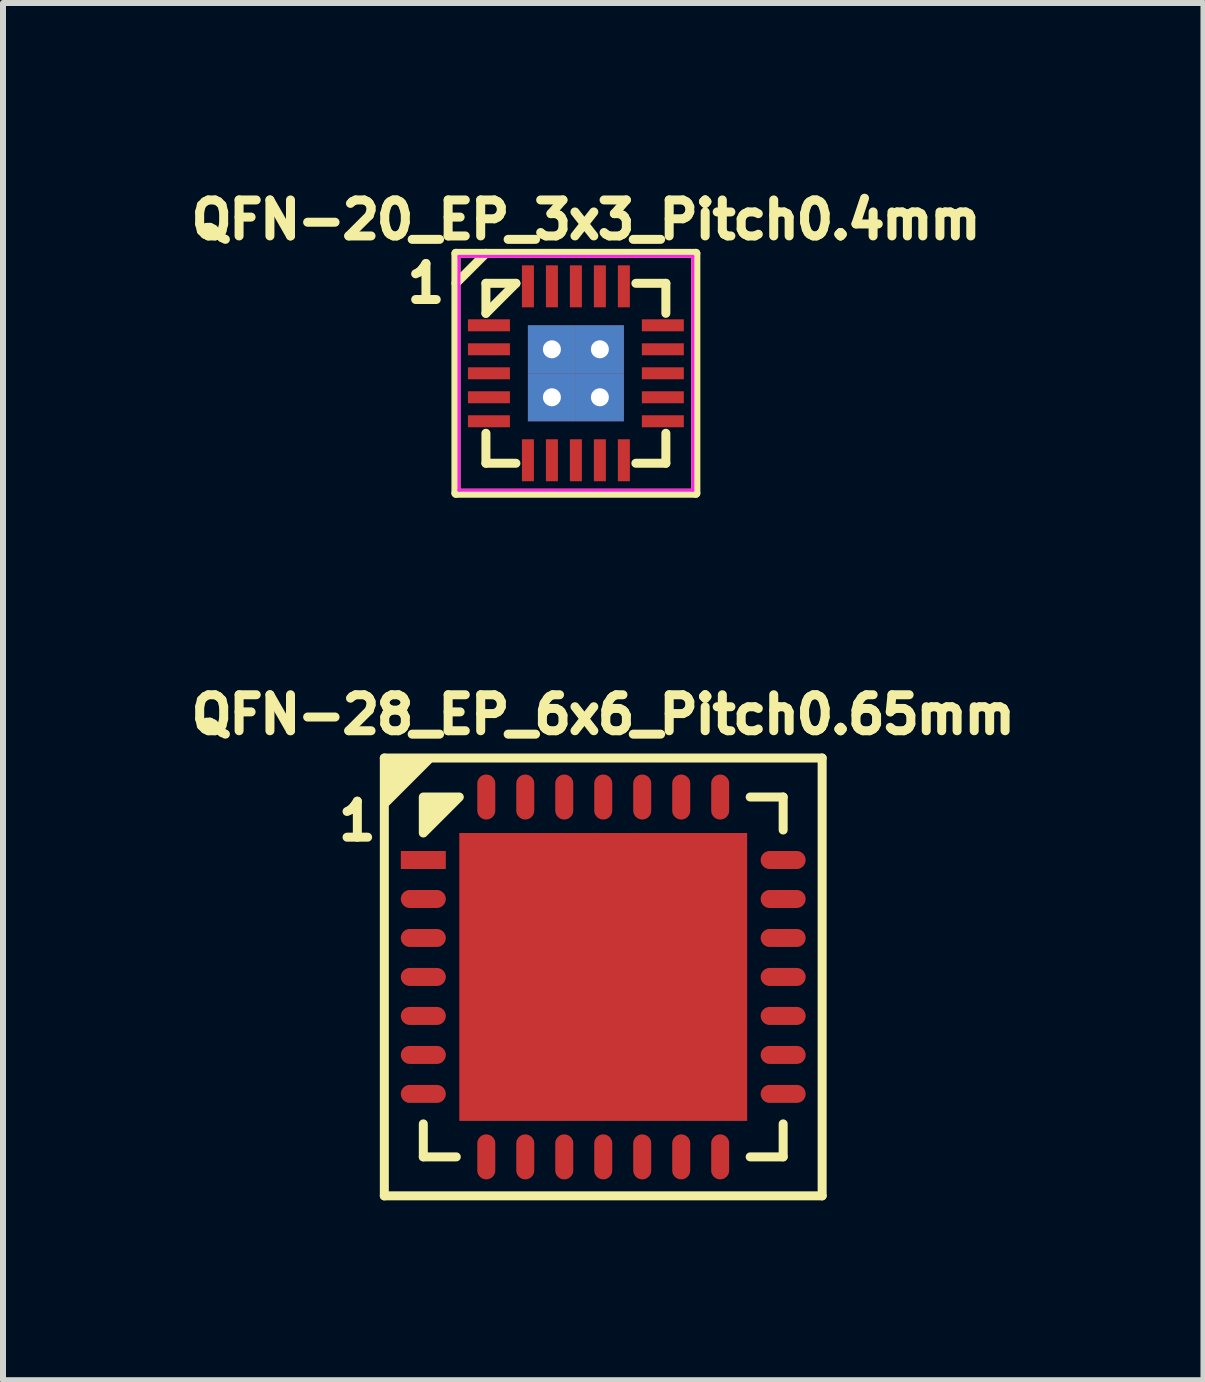
<source format=kicad_pcb>
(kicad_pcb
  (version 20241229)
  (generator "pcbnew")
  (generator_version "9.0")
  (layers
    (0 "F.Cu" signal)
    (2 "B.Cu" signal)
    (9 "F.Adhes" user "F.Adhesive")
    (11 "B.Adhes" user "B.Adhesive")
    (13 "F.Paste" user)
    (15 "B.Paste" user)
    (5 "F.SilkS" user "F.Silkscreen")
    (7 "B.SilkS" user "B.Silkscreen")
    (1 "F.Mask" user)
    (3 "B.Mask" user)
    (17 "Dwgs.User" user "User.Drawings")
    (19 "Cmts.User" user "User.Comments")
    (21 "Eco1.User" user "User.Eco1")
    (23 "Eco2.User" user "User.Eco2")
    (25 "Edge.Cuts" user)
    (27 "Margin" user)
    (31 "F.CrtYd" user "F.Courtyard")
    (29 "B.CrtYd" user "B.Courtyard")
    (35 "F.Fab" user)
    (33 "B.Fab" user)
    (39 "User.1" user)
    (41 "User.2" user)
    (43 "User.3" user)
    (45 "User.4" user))
  (footprint "QFN-28_EP_6x6_Pitch0.65mm"
    (layer "F.Cu")
    (at 7.008 13.239)
    (property "Reference" "QFN-28_EP_6x6_Pitch0.65mm" (at 0 -4.375 0) (layer "F.SilkS") (effects (font (size 0.6 0.6) (thickness 0.15))))
    (attr smd)
    (fp_line (start -3.65 -3.65) (end 3.65 -3.65) (stroke (width 0.15) (type solid)) (layer "F.SilkS"))
    (fp_line (start -3.65 3.65) (end -3.65 -3.65) (stroke (width 0.15) (type solid)) (layer "F.SilkS"))
    (fp_line (start -3 3) (end -3 2.45) (stroke (width 0.15) (type solid)) (layer "F.SilkS"))
    (fp_line (start -2.45 3) (end -3 3) (stroke (width 0.15) (type solid)) (layer "F.SilkS"))
    (fp_line (start 2.45 -3) (end 3 -3) (stroke (width 0.15) (type solid)) (layer "F.SilkS"))
    (fp_line (start 2.45 3) (end 3 3) (stroke (width 0.15) (type solid)) (layer "F.SilkS"))
    (fp_line (start 3 -3) (end 3 -2.45) (stroke (width 0.15) (type solid)) (layer "F.SilkS"))
    (fp_line (start 3 3) (end 3 2.45) (stroke (width 0.15) (type solid)) (layer "F.SilkS"))
    (fp_line (start 3.65 -3.65) (end 3.65 3.65) (stroke (width 0.15) (type solid)) (layer "F.SilkS"))
    (fp_line (start 3.65 3.65) (end -3.65 3.65) (stroke (width 0.15) (type solid)) (layer "F.SilkS"))
    (fp_poly (pts (xy -3.65 -3.65) (xy -2.9 -3.6) (xy -3.6 -2.9)) (stroke (width 0.1) (type solid)) (fill yes) (layer "F.SilkS"))
    (fp_poly (pts (xy -3 -3) (xy -2.4 -3) (xy -3 -2.4) (xy -3 -2.6)) (stroke (width 0.15) (type solid)) (fill yes) (layer "F.SilkS"))
    (fp_text user "1" (at -4.1 -2.6 0) (layer "F.SilkS") (effects (font (size 0.6 0.6) (thickness 0.15))))
    (pad "1" smd rect (at -3 -1.95 90) (size 0.3 0.75) (layers "F.Cu" "F.Mask" "F.Paste"))
    (pad "2" smd oval (at -3 -1.3 90) (size 0.3 0.75) (layers "F.Cu" "F.Mask" "F.Paste"))
    (pad "3" smd oval (at -3 -0.65 90) (size 0.3 0.75) (layers "F.Cu" "F.Mask" "F.Paste"))
    (pad "4" smd oval (at -3 0 90) (size 0.3 0.75) (layers "F.Cu" "F.Mask" "F.Paste"))
    (pad "5" smd oval (at -3 0.65 90) (size 0.3 0.75) (layers "F.Cu" "F.Mask" "F.Paste"))
    (pad "6" smd oval (at -3 1.3 90) (size 0.3 0.75) (layers "F.Cu" "F.Mask" "F.Paste"))
    (pad "7" smd oval (at -3 1.95 90) (size 0.3 0.75) (layers "F.Cu" "F.Mask" "F.Paste"))
    (pad "8" smd oval (at -1.95 3) (size 0.3 0.75) (layers "F.Cu" "F.Mask" "F.Paste"))
    (pad "9" smd oval (at -1.3 3) (size 0.3 0.75) (layers "F.Cu" "F.Mask" "F.Paste"))
    (pad "10" smd oval (at -0.65 3) (size 0.3 0.75) (layers "F.Cu" "F.Mask" "F.Paste"))
    (pad "11" smd oval (at 0 3) (size 0.3 0.75) (layers "F.Cu" "F.Mask" "F.Paste"))
    (pad "12" smd oval (at 0.65 3) (size 0.3 0.75) (layers "F.Cu" "F.Mask" "F.Paste"))
    (pad "13" smd oval (at 1.3 3) (size 0.3 0.75) (layers "F.Cu" "F.Mask" "F.Paste"))
    (pad "14" smd oval (at 1.95 3) (size 0.3 0.75) (layers "F.Cu" "F.Mask" "F.Paste"))
    (pad "15" smd oval (at 3 1.95 90) (size 0.3 0.75) (layers "F.Cu" "F.Mask" "F.Paste"))
    (pad "16" smd oval (at 3 1.3 90) (size 0.3 0.75) (layers "F.Cu" "F.Mask" "F.Paste"))
    (pad "17" smd oval (at 3 0.65 90) (size 0.3 0.75) (layers "F.Cu" "F.Mask" "F.Paste"))
    (pad "18" smd oval (at 3 0 90) (size 0.3 0.75) (layers "F.Cu" "F.Mask" "F.Paste"))
    (pad "19" smd oval (at 3 -0.65 90) (size 0.3 0.75) (layers "F.Cu" "F.Mask" "F.Paste"))
    (pad "20" smd oval (at 3 -1.3 90) (size 0.3 0.75) (layers "F.Cu" "F.Mask" "F.Paste"))
    (pad "21" smd oval (at 3 -1.95 90) (size 0.3 0.75) (layers "F.Cu" "F.Mask" "F.Paste"))
    (pad "22" smd oval (at 1.95 -3) (size 0.3 0.75) (layers "F.Cu" "F.Mask" "F.Paste"))
    (pad "23" smd oval (at 1.3 -3) (size 0.3 0.75) (layers "F.Cu" "F.Mask" "F.Paste"))
    (pad "24" smd oval (at 0.65 -3) (size 0.3 0.75) (layers "F.Cu" "F.Mask" "F.Paste"))
    (pad "25" smd oval (at 0 -3) (size 0.3 0.75) (layers "F.Cu" "F.Mask" "F.Paste"))
    (pad "26" smd oval (at -0.65 -3) (size 0.3 0.75) (layers "F.Cu" "F.Mask" "F.Paste"))
    (pad "27" smd oval (at -1.3 -3) (size 0.3 0.75) (layers "F.Cu" "F.Mask" "F.Paste"))
    (pad "28" smd oval (at -1.95 -3) (size 0.3 0.75) (layers "F.Cu" "F.Mask" "F.Paste"))
    (pad "PAD" smd rect (at 0 0) (size 4.8 4.8) (layers "F.Cu" "F.Mask" "F.Paste")))
  (footprint "QFN-20_EP_3x3_Pitch0.4mm"
    (layer "F.Cu")
    (at 6.552 3.174)
    (property "Reference" "QFN-20_EP_3x3_Pitch0.4mm" (at 0.17 -2.56 0) (layer "F.SilkS") (effects (font (size 0.6 0.6) (thickness 0.15))))
    (attr smd)
    (fp_line (start -2 -2) (end 2 -2) (stroke (width 0.15) (type solid)) (layer "F.SilkS"))
    (fp_line (start -2 -1.5) (end -1.5 -2) (stroke (width 0.15) (type solid)) (layer "F.SilkS"))
    (fp_line (start -2 2) (end -2 -2) (stroke (width 0.15) (type solid)) (layer "F.SilkS"))
    (fp_line (start -1.5 -1.5) (end -1 -1.5) (stroke (width 0.15) (type solid)) (layer "F.SilkS"))
    (fp_line (start -1.5 -1) (end -1.5 -1.5) (stroke (width 0.15) (type solid)) (layer "F.SilkS"))
    (fp_line (start -1.5 1) (end -1.5 1.5) (stroke (width 0.15) (type solid)) (layer "F.SilkS"))
    (fp_line (start -1.5 1.5) (end -1 1.5) (stroke (width 0.15) (type solid)) (layer "F.SilkS"))
    (fp_line (start -1 -1.5) (end -1.5 -1) (stroke (width 0.15) (type solid)) (layer "F.SilkS"))
    (fp_line (start 1 1.5) (end 1.5 1.5) (stroke (width 0.15) (type solid)) (layer "F.SilkS"))
    (fp_line (start 1.5 -1.5) (end 1 -1.5) (stroke (width 0.15) (type solid)) (layer "F.SilkS"))
    (fp_line (start 1.5 -1) (end 1.5 -1.5) (stroke (width 0.15) (type solid)) (layer "F.SilkS"))
    (fp_line (start 1.5 1.5) (end 1.5 1) (stroke (width 0.15) (type solid)) (layer "F.SilkS"))
    (fp_line (start 2 -2) (end 2 2) (stroke (width 0.15) (type solid)) (layer "F.SilkS"))
    (fp_line (start 2 2) (end -2 2) (stroke (width 0.15) (type solid)) (layer "F.SilkS"))
    (fp_line (start -1.95 -1.95) (end 1.95 -1.95) (stroke (width 0.05) (type solid)) (layer "F.CrtYd"))
    (fp_line (start -1.95 1.95) (end -1.95 -1.95) (stroke (width 0.05) (type solid)) (layer "F.CrtYd"))
    (fp_line (start 1.95 -1.95) (end 1.95 1.95) (stroke (width 0.05) (type solid)) (layer "F.CrtYd"))
    (fp_line (start 1.95 1.95) (end -1.95 1.95) (stroke (width 0.05) (type solid)) (layer "F.CrtYd"))
    (fp_text user "1" (at -2.5 -1.5 0) (layer "F.SilkS") (effects (font (size 0.6 0.6) (thickness 0.15))))
    (pad "1" smd rect (at -1.45 -0.8 90) (size 0.2 0.7) (layers "F.Cu" "F.Mask" "F.Paste"))
    (pad "2" smd rect (at -1.45 -0.4 90) (size 0.2 0.7) (layers "F.Cu" "F.Mask" "F.Paste"))
    (pad "3" smd rect (at -1.45 0 90) (size 0.2 0.7) (layers "F.Cu" "F.Mask" "F.Paste"))
    (pad "4" smd rect (at -1.45 0.4 90) (size 0.2 0.7) (layers "F.Cu" "F.Mask" "F.Paste"))
    (pad "5" smd rect (at -1.45 0.8 90) (size 0.2 0.7) (layers "F.Cu" "F.Mask" "F.Paste"))
    (pad "6" smd rect (at -0.8 1.45) (size 0.2 0.7) (layers "F.Cu" "F.Mask" "F.Paste"))
    (pad "7" smd rect (at -0.4 1.45) (size 0.2 0.7) (layers "F.Cu" "F.Mask" "F.Paste"))
    (pad "8" smd rect (at 0 1.45) (size 0.2 0.7) (layers "F.Cu" "F.Mask" "F.Paste"))
    (pad "9" smd rect (at 0.4 1.45) (size 0.2 0.7) (layers "F.Cu" "F.Mask" "F.Paste"))
    (pad "10" smd rect (at 0.8 1.45) (size 0.2 0.7) (layers "F.Cu" "F.Mask" "F.Paste"))
    (pad "11" smd rect (at 1.45 0.8 90) (size 0.2 0.7) (layers "F.Cu" "F.Mask" "F.Paste"))
    (pad "12" smd rect (at 1.45 0.4 90) (size 0.2 0.7) (layers "F.Cu" "F.Mask" "F.Paste"))
    (pad "13" smd rect (at 1.45 0 90) (size 0.2 0.7) (layers "F.Cu" "F.Mask" "F.Paste"))
    (pad "14" smd rect (at 1.45 -0.4 90) (size 0.2 0.7) (layers "F.Cu" "F.Mask" "F.Paste"))
    (pad "15" smd rect (at 1.45 -0.8 90) (size 0.2 0.7) (layers "F.Cu" "F.Mask" "F.Paste"))
    (pad "16" smd rect (at 0.8 -1.45) (size 0.2 0.7) (layers "F.Cu" "F.Mask" "F.Paste"))
    (pad "17" smd rect (at 0.4 -1.45) (size 0.2 0.7) (layers "F.Cu" "F.Mask" "F.Paste"))
    (pad "18" smd rect (at 0 -1.45) (size 0.2 0.7) (layers "F.Cu" "F.Mask" "F.Paste"))
    (pad "19" smd rect (at -0.4 -1.45) (size 0.2 0.7) (layers "F.Cu" "F.Mask" "F.Paste"))
    (pad "20" smd rect (at -0.8 -1.45) (size 0.2 0.7) (layers "F.Cu" "F.Mask" "F.Paste"))
    (pad "PAD" thru_hole rect (at -0.4 -0.4) (size 0.8 0.8) (drill 0.3) (layers "*.Cu" "F.Mask" "B.Paste"))
    (pad "PAD" thru_hole rect (at -0.4 0.4) (size 0.8 0.8) (drill 0.3) (layers "*.Cu" "F.Mask" "F.Paste"))
    (pad "PAD" thru_hole rect (at 0.4 -0.4) (size 0.8 0.8) (drill 0.3) (layers "*.Cu" "F.Mask" "B.Paste"))
    (pad "PAD" thru_hole rect (at 0.4 0.4) (size 0.8 0.8) (drill 0.3) (layers "*.Cu" "F.Mask" "F.Paste")))
  (gr_rect
    (start -3 -3)
    (end 17.016 19.963)
    (stroke (width 0.1) (type default))
    (fill no)
    (layer "Edge.Cuts")))
</source>
